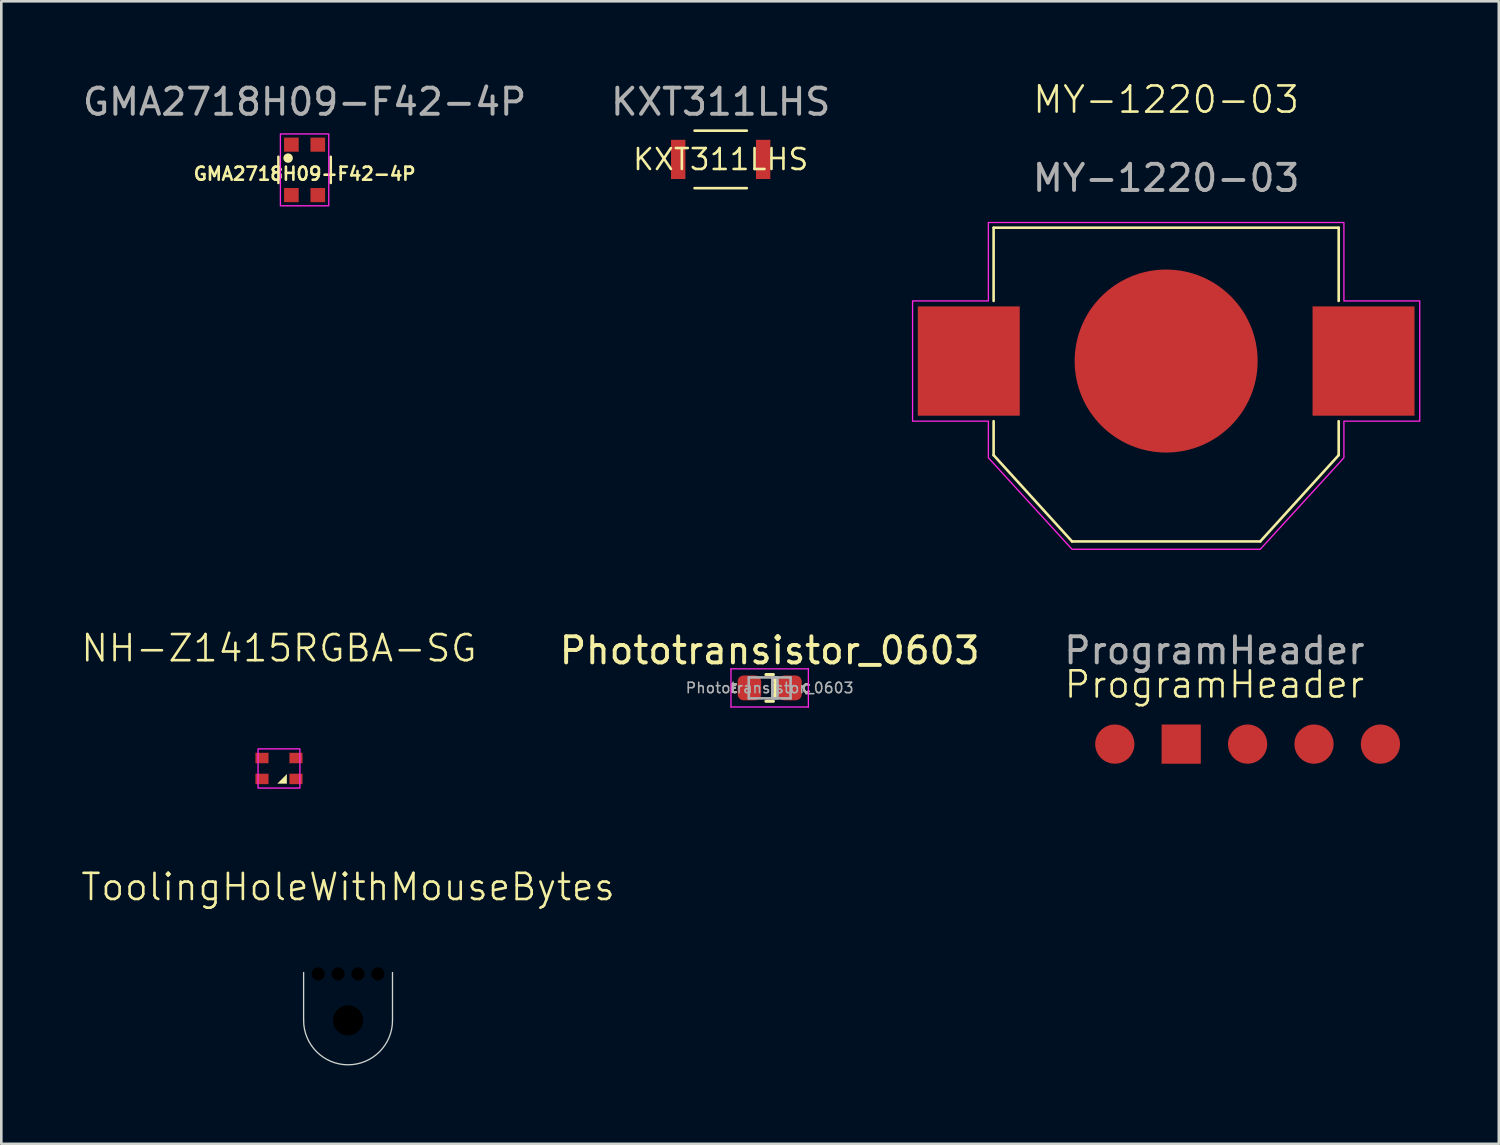
<source format=kicad_pcb>
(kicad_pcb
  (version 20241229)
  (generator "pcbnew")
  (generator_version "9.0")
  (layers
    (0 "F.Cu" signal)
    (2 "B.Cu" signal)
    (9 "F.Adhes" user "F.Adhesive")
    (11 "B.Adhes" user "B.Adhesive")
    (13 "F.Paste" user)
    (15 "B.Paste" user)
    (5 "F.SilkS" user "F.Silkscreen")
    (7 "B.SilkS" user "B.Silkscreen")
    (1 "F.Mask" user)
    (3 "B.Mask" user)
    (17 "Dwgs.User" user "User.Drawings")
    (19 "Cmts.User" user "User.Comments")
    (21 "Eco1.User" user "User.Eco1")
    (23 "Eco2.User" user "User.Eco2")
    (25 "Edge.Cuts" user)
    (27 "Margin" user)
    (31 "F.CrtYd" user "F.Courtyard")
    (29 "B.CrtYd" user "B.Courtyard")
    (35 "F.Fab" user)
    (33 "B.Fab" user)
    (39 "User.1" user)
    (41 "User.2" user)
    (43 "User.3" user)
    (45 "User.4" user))
  (footprint "ProgramHeader"
    (layer "F.Cu")
    (at 43.404 25.414)
    (property "Reference" "ProgramHeader" (at 0 -2.28 0) (unlocked yes) (layer "F.SilkS") (effects (font (size 1 1) (thickness 0.1))))
    (attr smd exclude_from_pos_files exclude_from_bom)
    (fp_text user "${REFERENCE}" (at 0 -3.58 0) (unlocked yes) (layer "F.Fab") (effects (font (size 1 1) (thickness 0.15))))
    (pad "1" smd circle (at -3.81 0) (size 1.5 1.5) (layers "F.Cu" "F.Mask" "F.Paste"))
    (pad "2" smd rect (at -1.27 0) (size 1.5 1.5) (layers "F.Cu" "F.Mask" "F.Paste"))
    (pad "3" smd circle (at 1.27 0) (size 1.5 1.5) (layers "F.Cu" "F.Mask" "F.Paste"))
    (pad "4" smd circle (at 3.81 0) (size 1.5 1.5) (layers "F.Cu" "F.Mask" "F.Paste"))
    (pad "5" smd circle (at 6.35 0) (size 1.5 1.5) (layers "F.Cu" "F.Mask" "F.Paste")))
  (footprint "GMA2718H09-F42-4P"
    (layer "F.Cu")
    (at 8.601 3.448)
    (property "Reference" "GMA2718H09-F42-4P" (at 0 0.15 0) (unlocked yes) (layer "F.SilkS") (effects (font (size 0.5 0.5) (thickness 0.1))))
    (attr smd)
    (fp_line (start -1 -0.5) (end -1 0.5) (stroke (width 0.1) (type default)) (layer "F.SilkS"))
    (fp_line (start 1 -0.5) (end 1 0.5) (stroke (width 0.1) (type default)) (layer "F.SilkS"))
    (fp_circle (center -0.63 -0.45) (end -0.53 -0.3) (stroke (width 0) (type default)) (fill yes) (layer "F.SilkS"))
    (fp_rect (start -0.925 -1.375) (end 0.925 1.375) (stroke (width 0.05) (type default)) (fill no) (layer "F.CrtYd"))
    (fp_text user "${REFERENCE}" (at 0 -2.6 0) (unlocked yes) (layer "F.Fab") (effects (font (size 1 1) (thickness 0.15))))
    (pad "1" smd rect (at -0.505 -0.965) (size 0.56 0.54) (layers "F.Cu" "F.Mask" "F.Paste"))
    (pad "2" smd rect (at -0.505 0.965) (size 0.56 0.54) (layers "F.Cu" "F.Mask" "F.Paste"))
    (pad "3" smd rect (at 0.505 0.965) (size 0.56 0.54) (layers "F.Cu" "F.Mask" "F.Paste"))
    (pad "4" smd rect (at 0.505 -0.965) (size 0.56 0.54) (layers "F.Cu" "F.Mask" "F.Paste")))
  (footprint "ToolingHoleWithMouseBytes"
    (layer "F.Cu")
    (at 10.264 35.981)
    (property "Reference" "ToolingHoleWithMouseBytes" (at 0 -5.1 0) (unlocked yes) (layer "F.SilkS") (effects (font (size 1 1) (thickness 0.1))))
    (attr through_hole)
    (fp_line (start -1.7 0) (end -1.7 -1.83) (stroke (width 0.05) (type default)) (layer "Edge.Cuts"))
    (fp_line (start 1.7 0) (end 1.7 -1.83) (stroke (width 0.05) (type default)) (layer "Edge.Cuts"))
    (fp_arc (start 1.7 0) (mid 0 1.7) (end -1.7 0) (stroke (width 0.05) (type default)) (layer "Edge.Cuts"))
    (pad "" np_thru_hole circle (at -1.143 -1.778) (size 0.5 0.5) (drill 0.5) (layers "*.Mask"))
    (pad "" np_thru_hole circle (at -0.381 -1.778) (size 0.5 0.5) (drill 0.5) (layers "*.Mask"))
    (pad "" np_thru_hole circle (at 0 0) (size 1.152 1.152) (drill 1.152) (layers "*.Mask"))
    (pad "" np_thru_hole circle (at 0.381 -1.778) (size 0.5 0.5) (drill 0.5) (layers "*.Mask"))
    (pad "" np_thru_hole circle (at 1.143 -1.778) (size 0.5 0.5) (drill 0.5) (layers "*.Mask")))
  (footprint "Phototransistor_0603"
    (layer "F.Cu")
    (at 26.392 23.264)
    (property "Reference" "Phototransistor_0603" (at 0 -1.43 0) (layer "F.SilkS") (effects (font (size 1 1) (thickness 0.15))))
    (attr smd)
    (fp_line (start -0.141 -0.51) (end 0.141 -0.51) (stroke (width 0.12) (type solid)) (layer "F.SilkS"))
    (fp_line (start -0.141 0.51) (end 0.141 0.51) (stroke (width 0.12) (type solid)) (layer "F.SilkS"))
    (fp_rect (start 0.1 -0.4) (end 0.3 0.4) (stroke (width 0) (type default)) (fill yes) (layer "F.SilkS"))
    (fp_line (start -1.48 -0.73) (end 1.48 -0.73) (stroke (width 0.05) (type solid)) (layer "F.CrtYd"))
    (fp_line (start -1.48 0.73) (end -1.48 -0.73) (stroke (width 0.05) (type solid)) (layer "F.CrtYd"))
    (fp_line (start 1.48 -0.73) (end 1.48 0.73) (stroke (width 0.05) (type solid)) (layer "F.CrtYd"))
    (fp_line (start 1.48 0.73) (end -1.48 0.73) (stroke (width 0.05) (type solid)) (layer "F.CrtYd"))
    (fp_line (start -0.8 -0.4) (end 0.8 -0.4) (stroke (width 0.1) (type solid)) (layer "F.Fab"))
    (fp_line (start -0.8 0.4) (end -0.8 -0.4) (stroke (width 0.1) (type solid)) (layer "F.Fab"))
    (fp_line (start 0.8 -0.4) (end 0.8 0.4) (stroke (width 0.1) (type solid)) (layer "F.Fab"))
    (fp_line (start 0.8 0.4) (end -0.8 0.4) (stroke (width 0.1) (type solid)) (layer "F.Fab"))
    (fp_rect (start 0.1 -0.4) (end 0.3 0.4) (stroke (width 0.1) (type default)) (fill no) (layer "F.Fab"))
    (fp_text user "C" (at 1.2 0.2 0) (unlocked yes) (layer "F.SilkS") (effects (font (size 0.3 0.3) (thickness 0.08)) (justify left bottom)))
    (fp_text user "E" (at -1.55 0.2 0) (unlocked yes) (layer "F.SilkS") (effects (font (size 0.3 0.3) (thickness 0.08)) (justify left bottom)))
    (fp_text user "C" (at 1.2 0.2 0) (unlocked yes) (layer "F.Fab") (effects (font (size 0.3 0.3) (thickness 0.08)) (justify left bottom)))
    (fp_text user "${REFERENCE}" (at 0 0 0) (layer "F.Fab") (effects (font (size 0.4 0.4) (thickness 0.06))))
    (fp_text user "E" (at -1.55 0.2 0) (unlocked yes) (layer "F.Fab") (effects (font (size 0.3 0.3) (thickness 0.08)) (justify left bottom)))
    (pad "1" smd roundrect (at -0.775 0) (size 0.9 0.95) (layers "F.Cu" "F.Mask" "F.Paste") (roundrect_rratio 0.25))
    (pad "2" smd roundrect (at 0.775 0) (size 0.9 0.95) (layers "F.Cu" "F.Mask" "F.Paste") (roundrect_rratio 0.25)))
  (footprint "KXT311LHS"
    (layer "F.Cu")
    (at 24.518 3.048)
    (property "Reference" "KXT311LHS" (at 0 0 0) (unlocked yes) (layer "F.SilkS") (effects (font (size 0.8 0.8) (thickness 0.1))))
    (attr smd board_only exclude_from_pos_files exclude_from_bom)
    (fp_line (start -1 -1.1) (end 1 -1.1) (stroke (width 0.1) (type default)) (layer "F.SilkS"))
    (fp_line (start -1 1.1) (end 1 1.1) (stroke (width 0.1) (type default)) (layer "F.SilkS"))
    (fp_text user "${REFERENCE}" (at 0 -2.2 0) (unlocked yes) (layer "F.Fab") (effects (font (size 1 1) (thickness 0.15))))
    (pad "1" smd rect (at -1.625 0) (size 0.55 1.5) (layers "F.Cu" "F.Mask" "F.Paste"))
    (pad "2" smd rect (at 1.625 0) (size 0.55 1.5) (layers "F.Cu" "F.Mask" "F.Paste")))
  (footprint "MY-1220-03"
    (layer "F.Cu")
    (at 41.558 10.761)
    (property "Reference" "MY-1220-03" (at 0 -10 0) (unlocked yes) (layer "F.SilkS") (effects (font (size 1 1) (thickness 0.1))))
    (attr smd)
    (fp_line (start -6.6 -5.1) (end -6.6 -2.3) (stroke (width 0.1) (type default)) (layer "F.SilkS"))
    (fp_line (start -6.6 -5.1) (end 6.6 -5.1) (stroke (width 0.1) (type default)) (layer "F.SilkS"))
    (fp_line (start -6.6 3.6) (end -6.6 2.3) (stroke (width 0.1) (type default)) (layer "F.SilkS"))
    (fp_line (start -3.6 6.9) (end -6.6 3.6) (stroke (width 0.1) (type default)) (layer "F.SilkS"))
    (fp_line (start -3.6 6.9) (end 3.6 6.9) (stroke (width 0.1) (type default)) (layer "F.SilkS"))
    (fp_line (start 3.6 6.9) (end 6.6 3.6) (stroke (width 0.1) (type default)) (layer "F.SilkS"))
    (fp_line (start 6.6 -5.1) (end 6.6 -2.3) (stroke (width 0.1) (type default)) (layer "F.SilkS"))
    (fp_line (start 6.6 3.6) (end 6.6 2.3) (stroke (width 0.1) (type default)) (layer "F.SilkS"))
    (fp_poly (pts (xy 6.8 -5.3) (xy 6.8 -2.3) (xy 9.7 -2.3) (xy 9.7 2.3) (xy 6.8 2.3) (xy 6.8 3.7) (xy 3.6 7.2) (xy -3.6 7.2) (xy -6.8 3.7) (xy -6.8 2.3) (xy -9.7 2.3) (xy -9.7 -2.3) (xy -6.8 -2.3) (xy -6.8 -5.3)) (stroke (width 0.05) (type solid)) (fill no) (layer "F.CrtYd"))
    (fp_text user "${REFERENCE}" (at 0 -7 0) (unlocked yes) (layer "F.Fab") (effects (font (size 1 1) (thickness 0.15))))
    (pad "" smd rect (at 7.55 0) (size 3.9 4.18) (layers "F.Cu" "F.Mask" "F.Paste"))
    (pad "1" smd rect (at -7.55 0) (size 3.9 4.18) (layers "F.Cu" "F.Mask" "F.Paste"))
    (pad "2" smd circle (at 0 0) (size 7 7) (layers "F.Cu" "F.Mask" "F.Paste")))
  (footprint "NH-Z1415RGBA-SG"
    (layer "F.Cu")
    (at 7.621 26.346)
    (property "Reference" "NH-Z1415RGBA-SG" (at 0 -4.6 0) (unlocked yes) (layer "F.SilkS") (effects (font (size 1 1) (thickness 0.1))))
    (attr smd)
    (fp_poly (pts (xy 0.3 0.225) (xy -0.05 0.575) (xy 0.3 0.575)) (stroke (width 0.01) (type solid)) (fill yes) (layer "F.SilkS"))
    (fp_rect (start -0.8 -0.75) (end 0.8 0.75) (stroke (width 0.05) (type default)) (fill no) (layer "F.CrtYd"))
    (pad "1" smd rect (at 0.65 -0.4) (size 0.5 0.4) (layers "F.Cu" "F.Mask" "F.Paste"))
    (pad "2" smd rect (at 0.65 0.4) (size 0.5 0.4) (layers "F.Cu" "F.Mask" "F.Paste"))
    (pad "3" smd rect (at -0.65 0.4) (size 0.5 0.4) (layers "F.Cu" "F.Mask" "F.Paste"))
    (pad "4" smd rect (at -0.65 -0.4) (size 0.5 0.4) (layers "F.Cu" "F.Mask" "F.Paste")))
  (gr_rect
    (start -3 -3)
    (end 54.283 40.706)
    (stroke (width 0.1) (type default))
    (fill no)
    (layer "Edge.Cuts")))
</source>
